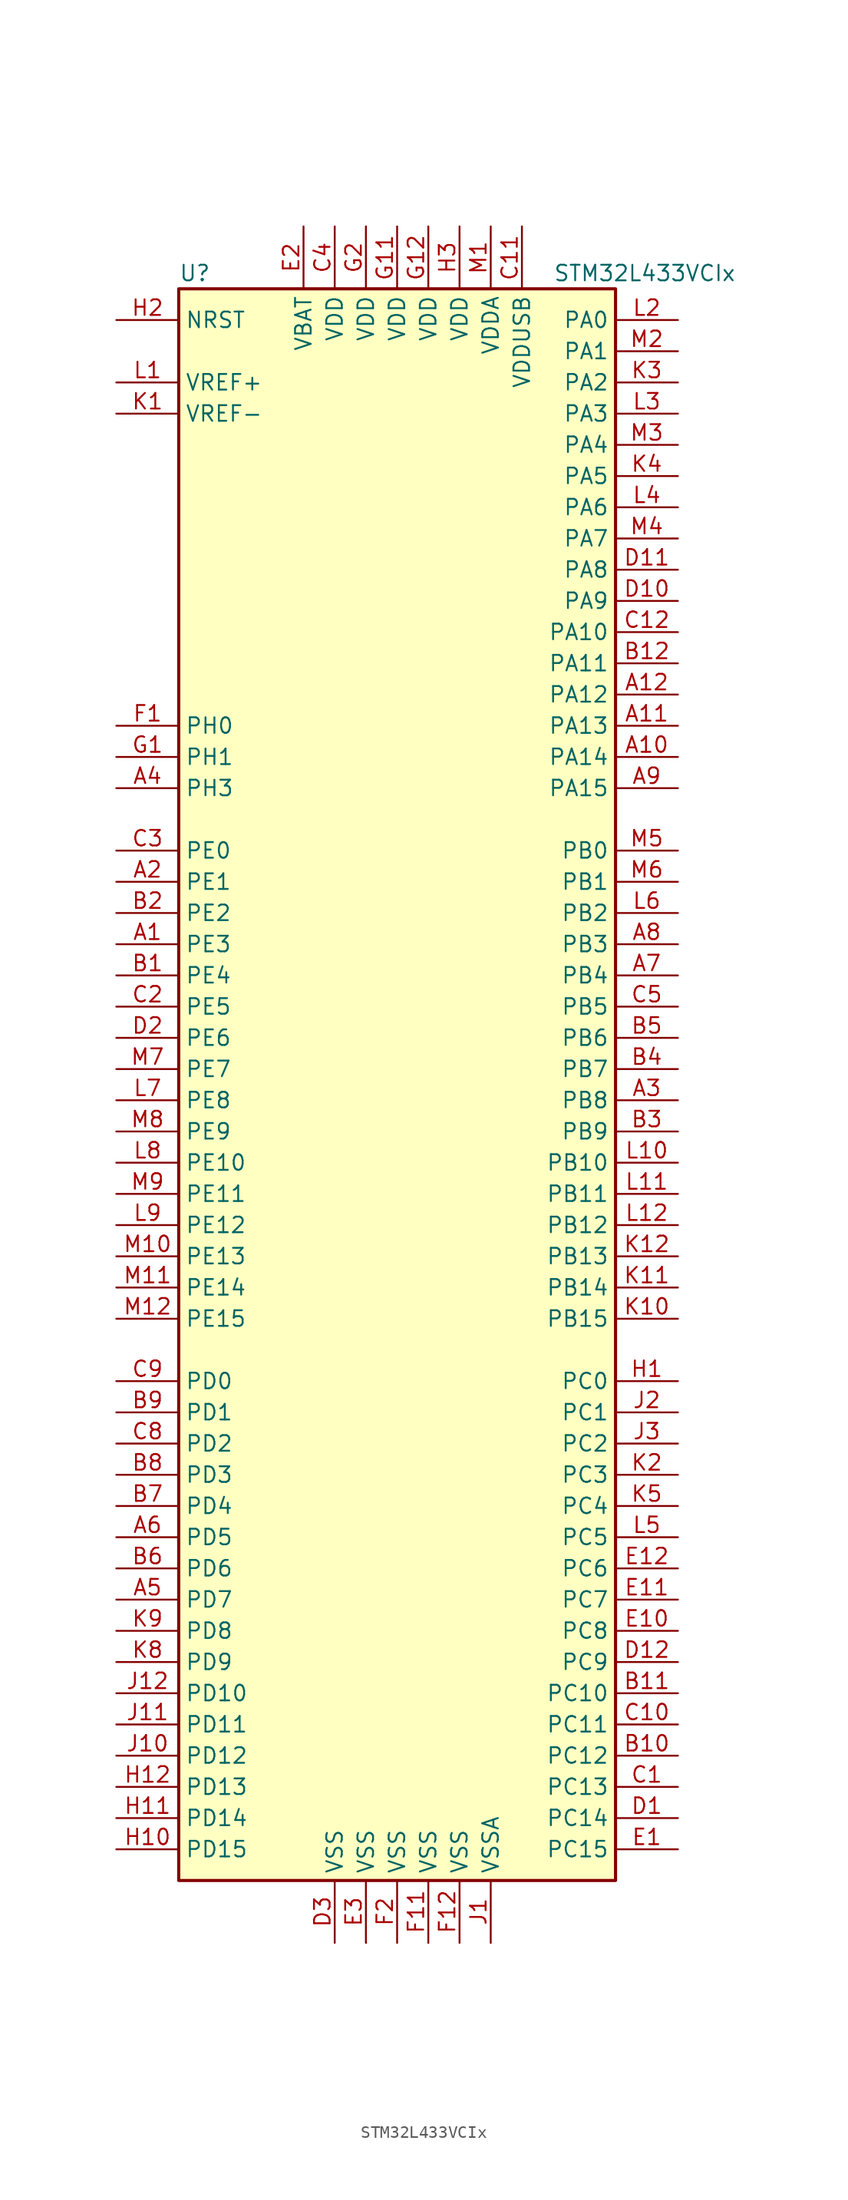
<source format=kicad_sym>
(kicad_symbol_lib
  (version 20201005)
  (generator kicad_symbol_editor)
  (symbol "STM32L433VCIx"
    (property "Reference" "U"
      (at -17.78 64.77 0)
      (effects (font (size 1.27 1.27)) (justify left)))
    (property "Value" "STM32L433VCIx"
      (at 12.7 64.77 0)
      (effects (font (size 1.27 1.27)) (justify left)))
    (symbol "STM32L433VCIx_0_1"
      (rectangle (start -17.78 -66.04) (end 17.78 63.5) (stroke (width 0.254)) (fill (type background))))
    (symbol "STM32L433VCIx_1_1"
      (pin bidirectional line (at -22.86 10.16 0) (length 5.08) (name "PE3" (effects (font (size 1.27 1.27)))) (number "A1" (effects (font (size 1.27 1.27)))))
      (pin bidirectional line (at 22.86 25.4 180) (length 5.08) (name "PA14" (effects (font (size 1.27 1.27)))) (number "A10" (effects (font (size 1.27 1.27)))))
      (pin bidirectional line (at 22.86 27.94 180) (length 5.08) (name "PA13" (effects (font (size 1.27 1.27)))) (number "A11" (effects (font (size 1.27 1.27)))))
      (pin bidirectional line (at 22.86 30.48 180) (length 5.08) (name "PA12" (effects (font (size 1.27 1.27)))) (number "A12" (effects (font (size 1.27 1.27)))))
      (pin bidirectional line (at -22.86 15.24 0) (length 5.08) (name "PE1" (effects (font (size 1.27 1.27)))) (number "A2" (effects (font (size 1.27 1.27)))))
      (pin bidirectional line (at 22.86 -2.54 180) (length 5.08) (name "PB8" (effects (font (size 1.27 1.27)))) (number "A3" (effects (font (size 1.27 1.27)))))
      (pin bidirectional line (at -22.86 22.86 0) (length 5.08) (name "PH3" (effects (font (size 1.27 1.27)))) (number "A4" (effects (font (size 1.27 1.27)))))
      (pin bidirectional line (at -22.86 -43.18 0) (length 5.08) (name "PD7" (effects (font (size 1.27 1.27)))) (number "A5" (effects (font (size 1.27 1.27)))))
      (pin bidirectional line (at -22.86 -38.1 0) (length 5.08) (name "PD5" (effects (font (size 1.27 1.27)))) (number "A6" (effects (font (size 1.27 1.27)))))
      (pin bidirectional line (at 22.86 7.62 180) (length 5.08) (name "PB4" (effects (font (size 1.27 1.27)))) (number "A7" (effects (font (size 1.27 1.27)))))
      (pin bidirectional line (at 22.86 10.16 180) (length 5.08) (name "PB3" (effects (font (size 1.27 1.27)))) (number "A8" (effects (font (size 1.27 1.27)))))
      (pin bidirectional line (at 22.86 22.86 180) (length 5.08) (name "PA15" (effects (font (size 1.27 1.27)))) (number "A9" (effects (font (size 1.27 1.27)))))
      (pin bidirectional line (at -22.86 7.62 0) (length 5.08) (name "PE4" (effects (font (size 1.27 1.27)))) (number "B1" (effects (font (size 1.27 1.27)))))
      (pin bidirectional line (at 22.86 -55.88 180) (length 5.08) (name "PC12" (effects (font (size 1.27 1.27)))) (number "B10" (effects (font (size 1.27 1.27)))))
      (pin bidirectional line (at 22.86 -50.8 180) (length 5.08) (name "PC10" (effects (font (size 1.27 1.27)))) (number "B11" (effects (font (size 1.27 1.27)))))
      (pin bidirectional line (at 22.86 33.02 180) (length 5.08) (name "PA11" (effects (font (size 1.27 1.27)))) (number "B12" (effects (font (size 1.27 1.27)))))
      (pin bidirectional line (at -22.86 12.7 0) (length 5.08) (name "PE2" (effects (font (size 1.27 1.27)))) (number "B2" (effects (font (size 1.27 1.27)))))
      (pin bidirectional line (at 22.86 -5.08 180) (length 5.08) (name "PB9" (effects (font (size 1.27 1.27)))) (number "B3" (effects (font (size 1.27 1.27)))))
      (pin bidirectional line (at 22.86 0 180) (length 5.08) (name "PB7" (effects (font (size 1.27 1.27)))) (number "B4" (effects (font (size 1.27 1.27)))))
      (pin bidirectional line (at 22.86 2.54 180) (length 5.08) (name "PB6" (effects (font (size 1.27 1.27)))) (number "B5" (effects (font (size 1.27 1.27)))))
      (pin bidirectional line (at -22.86 -40.64 0) (length 5.08) (name "PD6" (effects (font (size 1.27 1.27)))) (number "B6" (effects (font (size 1.27 1.27)))))
      (pin bidirectional line (at -22.86 -35.56 0) (length 5.08) (name "PD4" (effects (font (size 1.27 1.27)))) (number "B7" (effects (font (size 1.27 1.27)))))
      (pin bidirectional line (at -22.86 -33.02 0) (length 5.08) (name "PD3" (effects (font (size 1.27 1.27)))) (number "B8" (effects (font (size 1.27 1.27)))))
      (pin bidirectional line (at -22.86 -27.94 0) (length 5.08) (name "PD1" (effects (font (size 1.27 1.27)))) (number "B9" (effects (font (size 1.27 1.27)))))
      (pin bidirectional line (at 22.86 -58.42 180) (length 5.08) (name "PC13" (effects (font (size 1.27 1.27)))) (number "C1" (effects (font (size 1.27 1.27)))))
      (pin bidirectional line (at 22.86 -53.34 180) (length 5.08) (name "PC11" (effects (font (size 1.27 1.27)))) (number "C10" (effects (font (size 1.27 1.27)))))
      (pin power_in line (at 10.16 68.58 270) (length 5.08) (name "VDDUSB" (effects (font (size 1.27 1.27)))) (number "C11" (effects (font (size 1.27 1.27)))))
      (pin bidirectional line (at 22.86 35.56 180) (length 5.08) (name "PA10" (effects (font (size 1.27 1.27)))) (number "C12" (effects (font (size 1.27 1.27)))))
      (pin bidirectional line (at -22.86 5.08 0) (length 5.08) (name "PE5" (effects (font (size 1.27 1.27)))) (number "C2" (effects (font (size 1.27 1.27)))))
      (pin bidirectional line (at -22.86 17.78 0) (length 5.08) (name "PE0" (effects (font (size 1.27 1.27)))) (number "C3" (effects (font (size 1.27 1.27)))))
      (pin power_in line (at -5.08 68.58 270) (length 5.08) (name "VDD" (effects (font (size 1.27 1.27)))) (number "C4" (effects (font (size 1.27 1.27)))))
      (pin bidirectional line (at 22.86 5.08 180) (length 5.08) (name "PB5" (effects (font (size 1.27 1.27)))) (number "C5" (effects (font (size 1.27 1.27)))))
      (pin bidirectional line (at -22.86 -30.48 0) (length 5.08) (name "PD2" (effects (font (size 1.27 1.27)))) (number "C8" (effects (font (size 1.27 1.27)))))
      (pin bidirectional line (at -22.86 -25.4 0) (length 5.08) (name "PD0" (effects (font (size 1.27 1.27)))) (number "C9" (effects (font (size 1.27 1.27)))))
      (pin bidirectional line (at 22.86 -60.96 180) (length 5.08) (name "PC14" (effects (font (size 1.27 1.27)))) (number "D1" (effects (font (size 1.27 1.27)))))
      (pin bidirectional line (at 22.86 38.1 180) (length 5.08) (name "PA9" (effects (font (size 1.27 1.27)))) (number "D10" (effects (font (size 1.27 1.27)))))
      (pin bidirectional line (at 22.86 40.64 180) (length 5.08) (name "PA8" (effects (font (size 1.27 1.27)))) (number "D11" (effects (font (size 1.27 1.27)))))
      (pin bidirectional line (at 22.86 -48.26 180) (length 5.08) (name "PC9" (effects (font (size 1.27 1.27)))) (number "D12" (effects (font (size 1.27 1.27)))))
      (pin bidirectional line (at -22.86 2.54 0) (length 5.08) (name "PE6" (effects (font (size 1.27 1.27)))) (number "D2" (effects (font (size 1.27 1.27)))))
      (pin power_in line (at -5.08 -71.12 90) (length 5.08) (name "VSS" (effects (font (size 1.27 1.27)))) (number "D3" (effects (font (size 1.27 1.27)))))
      (pin bidirectional line (at 22.86 -63.5 180) (length 5.08) (name "PC15" (effects (font (size 1.27 1.27)))) (number "E1" (effects (font (size 1.27 1.27)))))
      (pin bidirectional line (at 22.86 -45.72 180) (length 5.08) (name "PC8" (effects (font (size 1.27 1.27)))) (number "E10" (effects (font (size 1.27 1.27)))))
      (pin bidirectional line (at 22.86 -43.18 180) (length 5.08) (name "PC7" (effects (font (size 1.27 1.27)))) (number "E11" (effects (font (size 1.27 1.27)))))
      (pin bidirectional line (at 22.86 -40.64 180) (length 5.08) (name "PC6" (effects (font (size 1.27 1.27)))) (number "E12" (effects (font (size 1.27 1.27)))))
      (pin power_in line (at -7.62 68.58 270) (length 5.08) (name "VBAT" (effects (font (size 1.27 1.27)))) (number "E2" (effects (font (size 1.27 1.27)))))
      (pin power_in line (at -2.54 -71.12 90) (length 5.08) (name "VSS" (effects (font (size 1.27 1.27)))) (number "E3" (effects (font (size 1.27 1.27)))))
      (pin input line (at -22.86 27.94 0) (length 5.08) (name "PH0" (effects (font (size 1.27 1.27)))) (number "F1" (effects (font (size 1.27 1.27)))))
      (pin power_in line (at 2.54 -71.12 90) (length 5.08) (name "VSS" (effects (font (size 1.27 1.27)))) (number "F11" (effects (font (size 1.27 1.27)))))
      (pin power_in line (at 5.08 -71.12 90) (length 5.08) (name "VSS" (effects (font (size 1.27 1.27)))) (number "F12" (effects (font (size 1.27 1.27)))))
      (pin power_in line (at 0 -71.12 90) (length 5.08) (name "VSS" (effects (font (size 1.27 1.27)))) (number "F2" (effects (font (size 1.27 1.27)))))
      (pin input line (at -22.86 25.4 0) (length 5.08) (name "PH1" (effects (font (size 1.27 1.27)))) (number "G1" (effects (font (size 1.27 1.27)))))
      (pin power_in line (at 0 68.58 270) (length 5.08) (name "VDD" (effects (font (size 1.27 1.27)))) (number "G11" (effects (font (size 1.27 1.27)))))
      (pin power_in line (at 2.54 68.58 270) (length 5.08) (name "VDD" (effects (font (size 1.27 1.27)))) (number "G12" (effects (font (size 1.27 1.27)))))
      (pin power_in line (at -2.54 68.58 270) (length 5.08) (name "VDD" (effects (font (size 1.27 1.27)))) (number "G2" (effects (font (size 1.27 1.27)))))
      (pin bidirectional line (at 22.86 -25.4 180) (length 5.08) (name "PC0" (effects (font (size 1.27 1.27)))) (number "H1" (effects (font (size 1.27 1.27)))))
      (pin bidirectional line (at -22.86 -63.5 0) (length 5.08) (name "PD15" (effects (font (size 1.27 1.27)))) (number "H10" (effects (font (size 1.27 1.27)))))
      (pin bidirectional line (at -22.86 -60.96 0) (length 5.08) (name "PD14" (effects (font (size 1.27 1.27)))) (number "H11" (effects (font (size 1.27 1.27)))))
      (pin bidirectional line (at -22.86 -58.42 0) (length 5.08) (name "PD13" (effects (font (size 1.27 1.27)))) (number "H12" (effects (font (size 1.27 1.27)))))
      (pin input line (at -22.86 60.96 0) (length 5.08) (name "NRST" (effects (font (size 1.27 1.27)))) (number "H2" (effects (font (size 1.27 1.27)))))
      (pin power_in line (at 5.08 68.58 270) (length 5.08) (name "VDD" (effects (font (size 1.27 1.27)))) (number "H3" (effects (font (size 1.27 1.27)))))
      (pin power_in line (at 7.62 -71.12 90) (length 5.08) (name "VSSA" (effects (font (size 1.27 1.27)))) (number "J1" (effects (font (size 1.27 1.27)))))
      (pin bidirectional line (at -22.86 -55.88 0) (length 5.08) (name "PD12" (effects (font (size 1.27 1.27)))) (number "J10" (effects (font (size 1.27 1.27)))))
      (pin bidirectional line (at -22.86 -53.34 0) (length 5.08) (name "PD11" (effects (font (size 1.27 1.27)))) (number "J11" (effects (font (size 1.27 1.27)))))
      (pin bidirectional line (at -22.86 -50.8 0) (length 5.08) (name "PD10" (effects (font (size 1.27 1.27)))) (number "J12" (effects (font (size 1.27 1.27)))))
      (pin bidirectional line (at 22.86 -27.94 180) (length 5.08) (name "PC1" (effects (font (size 1.27 1.27)))) (number "J2" (effects (font (size 1.27 1.27)))))
      (pin bidirectional line (at 22.86 -30.48 180) (length 5.08) (name "PC2" (effects (font (size 1.27 1.27)))) (number "J3" (effects (font (size 1.27 1.27)))))
      (pin power_in line (at -22.86 53.34 0) (length 5.08) (name "VREF-" (effects (font (size 1.27 1.27)))) (number "K1" (effects (font (size 1.27 1.27)))))
      (pin bidirectional line (at 22.86 -20.32 180) (length 5.08) (name "PB15" (effects (font (size 1.27 1.27)))) (number "K10" (effects (font (size 1.27 1.27)))))
      (pin bidirectional line (at 22.86 -17.78 180) (length 5.08) (name "PB14" (effects (font (size 1.27 1.27)))) (number "K11" (effects (font (size 1.27 1.27)))))
      (pin bidirectional line (at 22.86 -15.24 180) (length 5.08) (name "PB13" (effects (font (size 1.27 1.27)))) (number "K12" (effects (font (size 1.27 1.27)))))
      (pin bidirectional line (at 22.86 -33.02 180) (length 5.08) (name "PC3" (effects (font (size 1.27 1.27)))) (number "K2" (effects (font (size 1.27 1.27)))))
      (pin bidirectional line (at 22.86 55.88 180) (length 5.08) (name "PA2" (effects (font (size 1.27 1.27)))) (number "K3" (effects (font (size 1.27 1.27)))))
      (pin bidirectional line (at 22.86 48.26 180) (length 5.08) (name "PA5" (effects (font (size 1.27 1.27)))) (number "K4" (effects (font (size 1.27 1.27)))))
      (pin bidirectional line (at 22.86 -35.56 180) (length 5.08) (name "PC4" (effects (font (size 1.27 1.27)))) (number "K5" (effects (font (size 1.27 1.27)))))
      (pin bidirectional line (at -22.86 -48.26 0) (length 5.08) (name "PD9" (effects (font (size 1.27 1.27)))) (number "K8" (effects (font (size 1.27 1.27)))))
      (pin bidirectional line (at -22.86 -45.72 0) (length 5.08) (name "PD8" (effects (font (size 1.27 1.27)))) (number "K9" (effects (font (size 1.27 1.27)))))
      (pin bidirectional line (at -22.86 55.88 0) (length 5.08) (name "VREF+" (effects (font (size 1.27 1.27)))) (number "L1" (effects (font (size 1.27 1.27)))))
      (pin bidirectional line (at 22.86 -7.62 180) (length 5.08) (name "PB10" (effects (font (size 1.27 1.27)))) (number "L10" (effects (font (size 1.27 1.27)))))
      (pin bidirectional line (at 22.86 -10.16 180) (length 5.08) (name "PB11" (effects (font (size 1.27 1.27)))) (number "L11" (effects (font (size 1.27 1.27)))))
      (pin bidirectional line (at 22.86 -12.7 180) (length 5.08) (name "PB12" (effects (font (size 1.27 1.27)))) (number "L12" (effects (font (size 1.27 1.27)))))
      (pin bidirectional line (at 22.86 60.96 180) (length 5.08) (name "PA0" (effects (font (size 1.27 1.27)))) (number "L2" (effects (font (size 1.27 1.27)))))
      (pin bidirectional line (at 22.86 53.34 180) (length 5.08) (name "PA3" (effects (font (size 1.27 1.27)))) (number "L3" (effects (font (size 1.27 1.27)))))
      (pin bidirectional line (at 22.86 45.72 180) (length 5.08) (name "PA6" (effects (font (size 1.27 1.27)))) (number "L4" (effects (font (size 1.27 1.27)))))
      (pin bidirectional line (at 22.86 -38.1 180) (length 5.08) (name "PC5" (effects (font (size 1.27 1.27)))) (number "L5" (effects (font (size 1.27 1.27)))))
      (pin bidirectional line (at 22.86 12.7 180) (length 5.08) (name "PB2" (effects (font (size 1.27 1.27)))) (number "L6" (effects (font (size 1.27 1.27)))))
      (pin bidirectional line (at -22.86 -2.54 0) (length 5.08) (name "PE8" (effects (font (size 1.27 1.27)))) (number "L7" (effects (font (size 1.27 1.27)))))
      (pin bidirectional line (at -22.86 -7.62 0) (length 5.08) (name "PE10" (effects (font (size 1.27 1.27)))) (number "L8" (effects (font (size 1.27 1.27)))))
      (pin bidirectional line (at -22.86 -12.7 0) (length 5.08) (name "PE12" (effects (font (size 1.27 1.27)))) (number "L9" (effects (font (size 1.27 1.27)))))
      (pin power_in line (at 7.62 68.58 270) (length 5.08) (name "VDDA" (effects (font (size 1.27 1.27)))) (number "M1" (effects (font (size 1.27 1.27)))))
      (pin bidirectional line (at -22.86 -15.24 0) (length 5.08) (name "PE13" (effects (font (size 1.27 1.27)))) (number "M10" (effects (font (size 1.27 1.27)))))
      (pin bidirectional line (at -22.86 -17.78 0) (length 5.08) (name "PE14" (effects (font (size 1.27 1.27)))) (number "M11" (effects (font (size 1.27 1.27)))))
      (pin bidirectional line (at -22.86 -20.32 0) (length 5.08) (name "PE15" (effects (font (size 1.27 1.27)))) (number "M12" (effects (font (size 1.27 1.27)))))
      (pin bidirectional line (at 22.86 58.42 180) (length 5.08) (name "PA1" (effects (font (size 1.27 1.27)))) (number "M2" (effects (font (size 1.27 1.27)))))
      (pin bidirectional line (at 22.86 50.8 180) (length 5.08) (name "PA4" (effects (font (size 1.27 1.27)))) (number "M3" (effects (font (size 1.27 1.27)))))
      (pin bidirectional line (at 22.86 43.18 180) (length 5.08) (name "PA7" (effects (font (size 1.27 1.27)))) (number "M4" (effects (font (size 1.27 1.27)))))
      (pin bidirectional line (at 22.86 17.78 180) (length 5.08) (name "PB0" (effects (font (size 1.27 1.27)))) (number "M5" (effects (font (size 1.27 1.27)))))
      (pin bidirectional line (at 22.86 15.24 180) (length 5.08) (name "PB1" (effects (font (size 1.27 1.27)))) (number "M6" (effects (font (size 1.27 1.27)))))
      (pin bidirectional line (at -22.86 0 0) (length 5.08) (name "PE7" (effects (font (size 1.27 1.27)))) (number "M7" (effects (font (size 1.27 1.27)))))
      (pin bidirectional line (at -22.86 -5.08 0) (length 5.08) (name "PE9" (effects (font (size 1.27 1.27)))) (number "M8" (effects (font (size 1.27 1.27)))))
      (pin bidirectional line (at -22.86 -10.16 0) (length 5.08) (name "PE11" (effects (font (size 1.27 1.27)))) (number "M9" (effects (font (size 1.27 1.27))))))))
</source>
